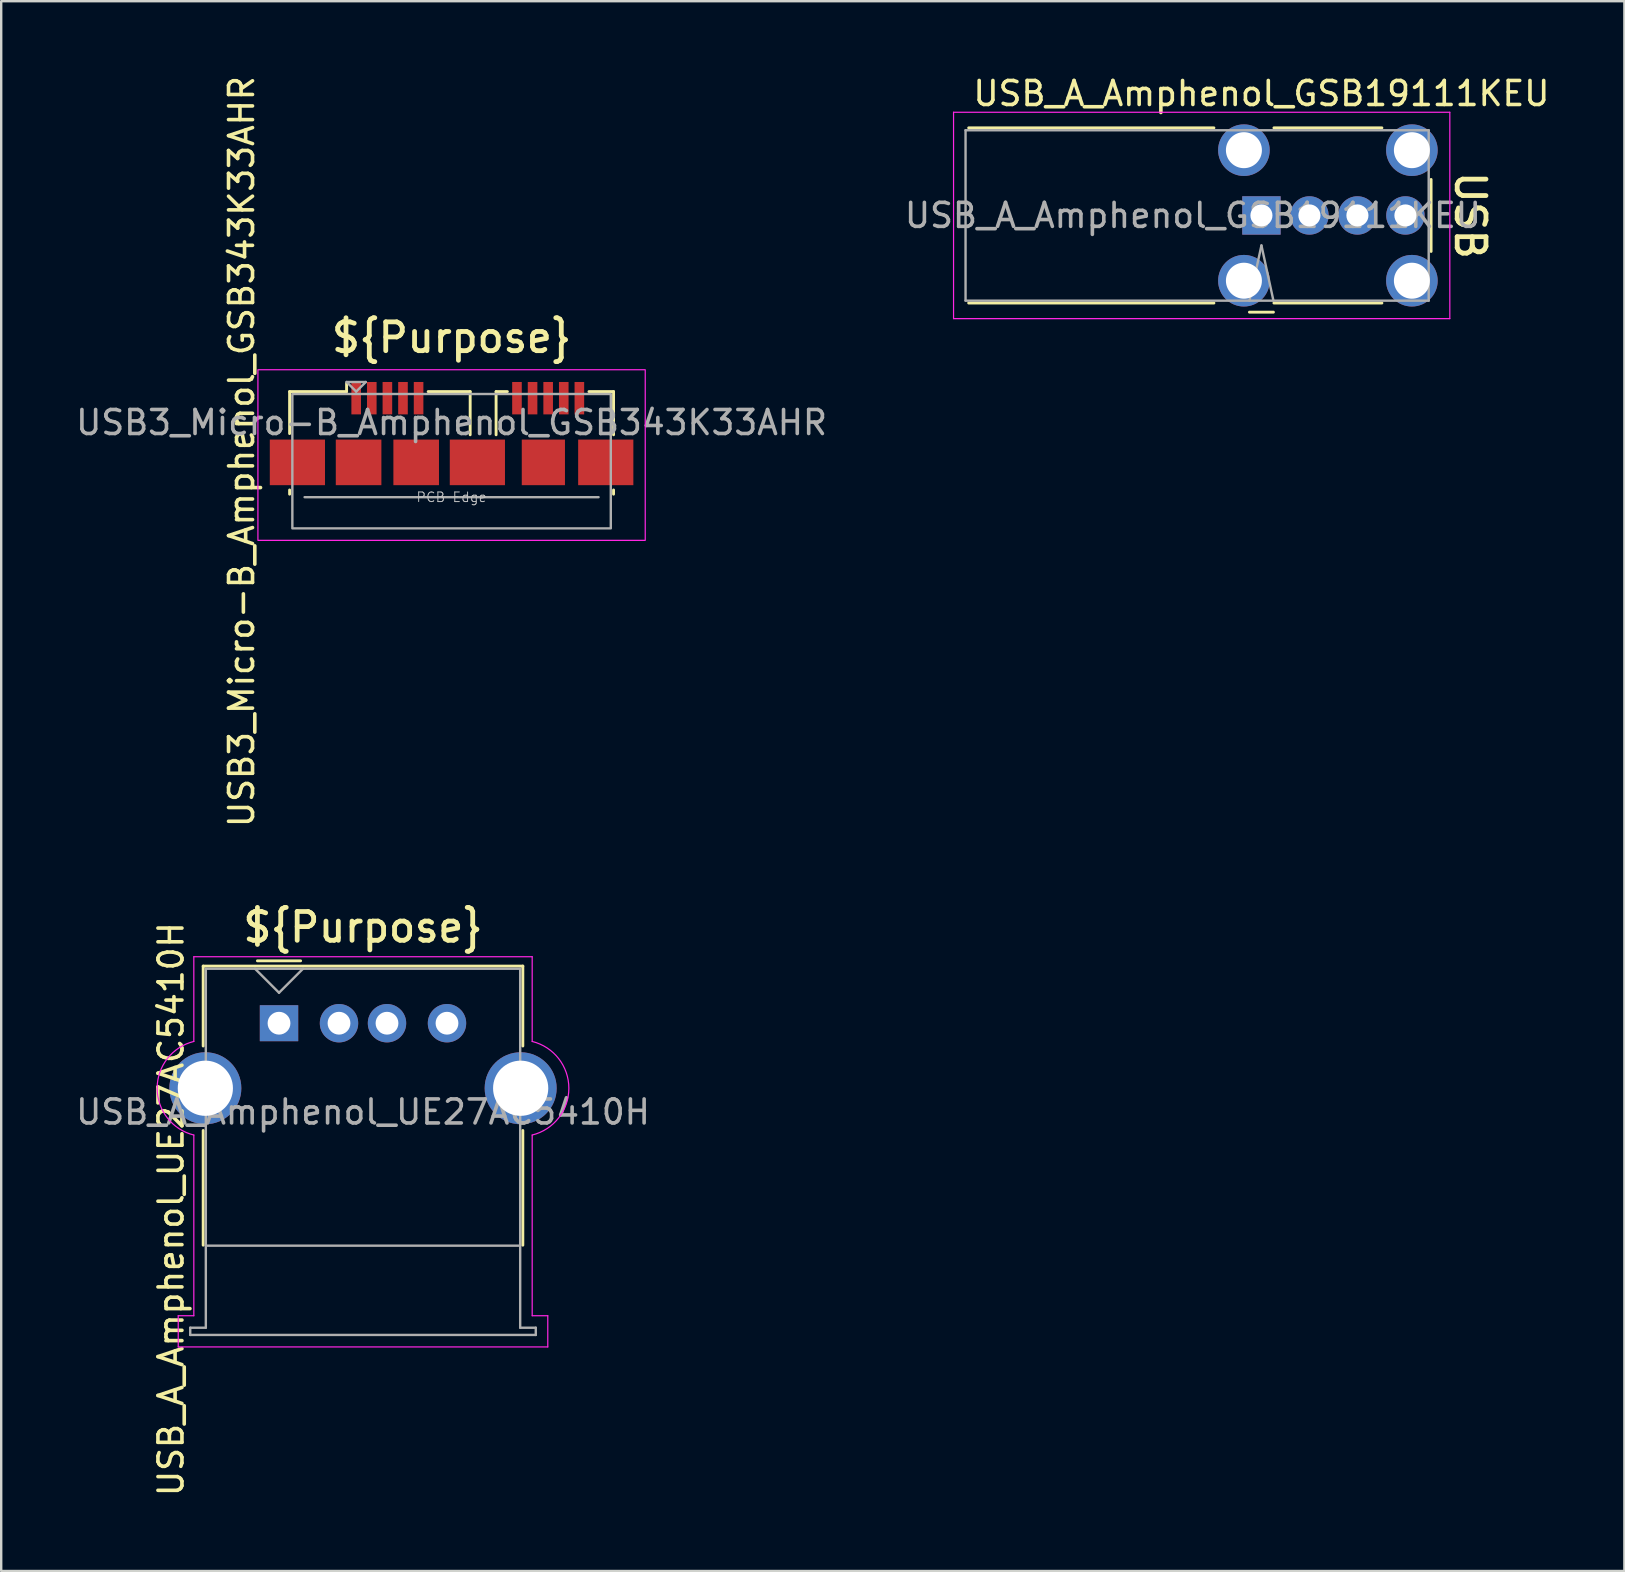
<source format=kicad_pcb>
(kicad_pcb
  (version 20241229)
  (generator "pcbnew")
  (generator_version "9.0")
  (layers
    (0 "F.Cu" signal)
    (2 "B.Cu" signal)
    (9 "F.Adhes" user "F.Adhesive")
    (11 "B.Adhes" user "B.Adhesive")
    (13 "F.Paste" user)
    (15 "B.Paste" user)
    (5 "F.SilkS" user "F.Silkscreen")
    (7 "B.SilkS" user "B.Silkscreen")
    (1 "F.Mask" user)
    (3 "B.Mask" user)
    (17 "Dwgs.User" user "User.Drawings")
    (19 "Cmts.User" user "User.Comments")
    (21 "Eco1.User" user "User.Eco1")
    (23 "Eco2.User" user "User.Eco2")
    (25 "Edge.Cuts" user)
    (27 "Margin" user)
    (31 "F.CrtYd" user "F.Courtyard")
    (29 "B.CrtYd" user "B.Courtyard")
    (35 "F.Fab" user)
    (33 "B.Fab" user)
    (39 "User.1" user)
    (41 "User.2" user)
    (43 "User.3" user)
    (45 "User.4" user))
  (footprint "USB_A_Amphenol_GSB19111KEU"
    (layer "F.Cu")
    (at 49.516 5.928)
    (property "Reference" "USB_A_Amphenol_GSB19111KEU" (at 0 -5.08 0) (layer "F.SilkS") (effects (font (size 1 1) (thickness 0.15))))
    (property "${Purpose}" "USB" (at 8 0 270) (unlocked yes) (layer "F.SilkS") (effects (font (size 1.2 1.2) (thickness 0.2)) (justify bottom)))
    (attr through_hole)
    (fp_line (start -12.2 -3.65) (end -1.98 -3.65) (stroke (width 0.12) (type solid)) (layer "F.SilkS"))
    (fp_line (start -12.2 3.65) (end -1.98 3.65) (stroke (width 0.12) (type solid)) (layer "F.SilkS"))
    (fp_line (start -0.5 4.03) (end 0.5 4.03) (stroke (width 0.12) (type solid)) (layer "F.SilkS"))
    (fp_line (start 0.52 -3.65) (end 5.02 -3.65) (stroke (width 0.12) (type solid)) (layer "F.SilkS"))
    (fp_line (start 0.52 3.65) (end 5.02 3.65) (stroke (width 0.12) (type solid)) (layer "F.SilkS"))
    (fp_line (start 7.07 -1.5) (end 7.07 1.5) (stroke (width 0.12) (type solid)) (layer "F.SilkS"))
    (fp_line (start -12.83 -4.3) (end 7.85 -4.3) (stroke (width 0.05) (type solid)) (layer "F.CrtYd"))
    (fp_line (start -12.83 4.3) (end -12.83 -4.3) (stroke (width 0.05) (type solid)) (layer "F.CrtYd"))
    (fp_line (start 7.85 -4.3) (end 7.85 4.3) (stroke (width 0.05) (type solid)) (layer "F.CrtYd"))
    (fp_line (start 7.85 4.3) (end -12.83 4.3) (stroke (width 0.05) (type solid)) (layer "F.CrtYd"))
    (fp_line (start -12.33 -3.55) (end 6.97 -3.55) (stroke (width 0.1) (type solid)) (layer "F.Fab"))
    (fp_line (start -12.33 3.55) (end -12.33 -3.55) (stroke (width 0.1) (type solid)) (layer "F.Fab"))
    (fp_line (start -0.5 3.55) (end 0 1.25) (stroke (width 0.1) (type solid)) (layer "F.Fab"))
    (fp_line (start 0 1.25) (end 0.5 3.55) (stroke (width 0.1) (type solid)) (layer "F.Fab"))
    (fp_line (start 6.97 -3.55) (end 6.97 3.55) (stroke (width 0.1) (type solid)) (layer "F.Fab"))
    (fp_line (start 6.97 3.55) (end -12.33 3.55) (stroke (width 0.1) (type solid)) (layer "F.Fab"))
    (fp_text user "${REFERENCE}" (at -2.855 0 0) (layer "F.Fab") (effects (font (size 1 1) (thickness 0.15))))
    (pad "1" thru_hole rect (at 0 0) (size 1.6 1.6) (drill 0.92) (layers "*.Cu" "*.Mask"))
    (pad "2" thru_hole circle (at 2 0) (size 1.6 1.6) (drill 0.92) (layers "*.Cu" "*.Mask"))
    (pad "3" thru_hole circle (at 4 0) (size 1.6 1.6) (drill 0.92) (layers "*.Cu" "*.Mask"))
    (pad "4" thru_hole circle (at 6 0) (size 1.6 1.6) (drill 0.92) (layers "*.Cu" "*.Mask"))
    (pad "5" thru_hole circle (at -0.73 -2.72) (size 2.15 2.15) (drill 1.5) (layers "*.Cu" "*.Mask"))
    (pad "5" thru_hole circle (at -0.73 2.72) (size 2.15 2.15) (drill 1.5) (layers "*.Cu" "*.Mask"))
    (pad "5" thru_hole circle (at 6.27 -2.72) (size 2.15 2.15) (drill 1.5) (layers "*.Cu" "*.Mask"))
    (pad "5" thru_hole circle (at 6.27 2.72) (size 2.15 2.15) (drill 1.5) (layers "*.Cu" "*.Mask")))
  (footprint "USB_A_Amphenol_UE27AC5410H"
    (layer "F.Cu")
    (at 12.077 42.299)
    (property "Reference" "USB_A_Amphenol_UE27AC5410H" (at -8 5.04 90) (layer "F.SilkS") (effects (font (size 1 1) (thickness 0.15))))
    (attr through_hole)
    (fp_line (start -6.66 -5.09) (end -6.66 -1.76) (stroke (width 0.12) (type solid)) (layer "F.SilkS"))
    (fp_line (start -6.66 -5.09) (end 6.66 -5.09) (stroke (width 0.12) (type solid)) (layer "F.SilkS"))
    (fp_line (start -6.66 6.54) (end -6.66 1.76) (stroke (width 0.12) (type solid)) (layer "F.SilkS"))
    (fp_line (start -4.4 -5.31) (end -2.6 -5.31) (stroke (width 0.12) (type solid)) (layer "F.SilkS"))
    (fp_line (start 6.66 -5.09) (end 6.66 -1.76) (stroke (width 0.12) (type solid)) (layer "F.SilkS"))
    (fp_line (start 6.66 1.76) (end 6.66 6.54) (stroke (width 0.12) (type solid)) (layer "F.SilkS"))
    (fp_line (start -7.7 9.48) (end -7.05 9.48) (stroke (width 0.05) (type solid)) (layer "F.CrtYd"))
    (fp_line (start -7.7 10.78) (end -7.7 9.48) (stroke (width 0.05) (type solid)) (layer "F.CrtYd"))
    (fp_line (start -7.7 10.78) (end 7.7 10.78) (stroke (width 0.05) (type solid)) (layer "F.CrtYd"))
    (fp_line (start -7.05 -5.48) (end -7.05 -1.95) (stroke (width 0.05) (type solid)) (layer "F.CrtYd"))
    (fp_line (start -7.05 -5.48) (end 7.05 -5.48) (stroke (width 0.05) (type solid)) (layer "F.CrtYd"))
    (fp_line (start -7.05 9.48) (end -7.05 1.95) (stroke (width 0.05) (type solid)) (layer "F.CrtYd"))
    (fp_line (start 7.05 -5.48) (end 7.05 -1.95) (stroke (width 0.05) (type solid)) (layer "F.CrtYd"))
    (fp_line (start 7.05 9.48) (end 7.05 1.95) (stroke (width 0.05) (type solid)) (layer "F.CrtYd"))
    (fp_line (start 7.7 9.48) (end 7.05 9.48) (stroke (width 0.05) (type solid)) (layer "F.CrtYd"))
    (fp_line (start 7.7 10.78) (end 7.7 9.48) (stroke (width 0.05) (type solid)) (layer "F.CrtYd"))
    (fp_arc (start -7.05 1.95) (mid -8.578208 0) (end -7.05 -1.95) (stroke (width 0.05) (type solid)) (layer "F.CrtYd"))
    (fp_arc (start 7.05 -1.95) (mid 8.578208 0) (end 7.05 1.95) (stroke (width 0.05) (type solid)) (layer "F.CrtYd"))
    (fp_line (start -7.2 9.98) (end -7.2 10.28) (stroke (width 0.1) (type solid)) (layer "F.Fab"))
    (fp_line (start -7.2 10.28) (end 7.2 10.28) (stroke (width 0.1) (type solid)) (layer "F.Fab"))
    (fp_line (start -6.55 -4.98) (end 6.55 -4.98) (stroke (width 0.1) (type solid)) (layer "F.Fab"))
    (fp_line (start -6.55 6.56) (end 6.55 6.56) (stroke (width 0.1) (type solid)) (layer "F.Fab"))
    (fp_line (start -6.55 9.98) (end -7.2 9.98) (stroke (width 0.1) (type solid)) (layer "F.Fab"))
    (fp_line (start -6.55 9.98) (end -6.55 -4.98) (stroke (width 0.1) (type solid)) (layer "F.Fab"))
    (fp_line (start -4.5 -4.98) (end -3.5 -3.98) (stroke (width 0.1) (type solid)) (layer "F.Fab"))
    (fp_line (start -3.5 -3.98) (end -2.5 -4.98) (stroke (width 0.1) (type solid)) (layer "F.Fab"))
    (fp_line (start 6.55 -4.98) (end 6.55 9.98) (stroke (width 0.1) (type solid)) (layer "F.Fab"))
    (fp_line (start 7.2 9.98) (end 6.55 9.98) (stroke (width 0.1) (type solid)) (layer "F.Fab"))
    (fp_line (start 7.2 10.28) (end 7.2 9.98) (stroke (width 0.1) (type solid)) (layer "F.Fab"))
    (fp_text user "${Purpose}" (at 0 -6.71 0) (layer "F.SilkS") (effects (font (size 1.2 1.2) (thickness 0.2) (bold yes))))
    (fp_text user "${REFERENCE}" (at 0 0.99 0) (layer "F.Fab") (effects (font (size 1 1) (thickness 0.15))))
    (pad "1" thru_hole rect (at -3.5 -2.71) (size 1.6 1.5) (drill 0.95) (layers "*.Cu" "*.Mask"))
    (pad "2" thru_hole circle (at -1 -2.71) (size 1.6 1.6) (drill 0.95) (layers "*.Cu" "*.Mask"))
    (pad "3" thru_hole circle (at 1 -2.71) (size 1.6 1.6) (drill 0.95) (layers "*.Cu" "*.Mask"))
    (pad "4" thru_hole circle (at 3.5 -2.71) (size 1.6 1.6) (drill 0.95) (layers "*.Cu" "*.Mask"))
    (pad "5" thru_hole circle (at -6.57 0) (size 3 3) (drill 2.3) (layers "*.Cu" "*.Mask"))
    (pad "5" thru_hole circle (at 6.57 0) (size 3 3) (drill 2.3) (layers "*.Cu" "*.Mask")))
  (footprint "USB3_Micro-B_Amphenol_GSB343K33AHR"
    (layer "F.Cu")
    (at 15.768 15.018)
    (property "Reference" "USB3_Micro-B_Amphenol_GSB343K33AHR" (at -8.75 0.75 90) (unlocked yes) (layer "F.SilkS") (effects (font (size 1 1) (thickness 0.15))))
    (attr smd)
    (fp_line (start -6.75 -1.75) (end -6.75 0) (stroke (width 0.12) (type solid)) (layer "F.SilkS"))
    (fp_line (start -6.75 2.35) (end -6.75 2.525) (stroke (width 0.12) (type solid)) (layer "F.SilkS"))
    (fp_line (start -4.375 -2.1) (end -4.375 -1.75) (stroke (width 0.12) (type solid)) (layer "F.SilkS"))
    (fp_line (start -4.375 -1.75) (end -6.75 -1.75) (stroke (width 0.12) (type solid)) (layer "F.SilkS"))
    (fp_line (start 0.775 -1.75) (end -0.975 -1.75) (stroke (width 0.12) (type solid)) (layer "F.SilkS"))
    (fp_line (start 0.775 -1.75) (end 0.775 0.05) (stroke (width 0.12) (type solid)) (layer "F.SilkS"))
    (fp_line (start 1.855 -1.75) (end 1.855 0.05) (stroke (width 0.12) (type solid)) (layer "F.SilkS"))
    (fp_line (start 2.325 -1.75) (end 1.855 -1.75) (stroke (width 0.12) (type solid)) (layer "F.SilkS"))
    (fp_line (start 5.725 -1.75) (end 6.75 -1.75) (stroke (width 0.12) (type solid)) (layer "F.SilkS"))
    (fp_line (start 6.75 -1.75) (end 6.75 0.05) (stroke (width 0.12) (type solid)) (layer "F.SilkS"))
    (fp_line (start 6.75 2.35) (end 6.75 2.525) (stroke (width 0.12) (type solid)) (layer "F.SilkS"))
    (fp_rect (start -8.07 -2.66) (end 8.07 4.45) (stroke (width 0.05) (type solid)) (fill no) (layer "F.CrtYd"))
    (fp_line (start -6.125 2.65) (end 6.125 2.65) (stroke (width 0.1) (type solid)) (layer "F.Fab"))
    (fp_line (start -4.375 -2.15) (end -3.975 -1.75) (stroke (width 0.1) (type solid)) (layer "F.Fab"))
    (fp_line (start -3.975 -1.75) (end -3.575 -2.15) (stroke (width 0.1) (type solid)) (layer "F.Fab"))
    (fp_line (start -3.575 -2.15) (end -4.375 -2.15) (stroke (width 0.1) (type solid)) (layer "F.Fab"))
    (fp_rect (start -6.635 -1.65) (end 6.635 3.95) (stroke (width 0.1) (type solid)) (fill no) (layer "F.Fab"))
    (fp_text user "${Purpose}" (at 0 -4 0) (layer "F.SilkS") (effects (font (size 1.2 1.2) (thickness 0.2))))
    (fp_text user "PCB Edge" (at 0 2.65 0) (unlocked yes) (layer "Dwgs.User") (effects (font (size 0.4 0.4) (thickness 0.04))))
    (fp_text user "${REFERENCE}" (at 0 -0.459 0) (unlocked yes) (layer "F.Fab") (effects (font (size 1 1) (thickness 0.15))))
    (pad "1" smd rect (at -3.975 -1.475) (size 0.4 1.35) (layers "F.Cu" "F.Mask" "F.Paste"))
    (pad "2" smd rect (at -3.325 -1.475) (size 0.4 1.35) (layers "F.Cu" "F.Mask" "F.Paste"))
    (pad "3" smd rect (at -2.675 -1.475) (size 0.4 1.35) (layers "F.Cu" "F.Mask" "F.Paste"))
    (pad "4" smd rect (at -2.025 -1.475) (size 0.4 1.35) (layers "F.Cu" "F.Mask" "F.Paste"))
    (pad "5" smd rect (at -1.375 -1.475) (size 0.4 1.35) (layers "F.Cu" "F.Mask" "F.Paste"))
    (pad "6" smd rect (at 2.725 -1.475) (size 0.4 1.35) (layers "F.Cu" "F.Mask" "F.Paste"))
    (pad "7" smd rect (at 3.375 -1.475) (size 0.4 1.35) (layers "F.Cu" "F.Mask" "F.Paste"))
    (pad "8" smd rect (at 4.025 -1.475) (size 0.4 1.35) (layers "F.Cu" "F.Mask" "F.Paste"))
    (pad "9" smd rect (at 4.675 -1.475) (size 0.4 1.35) (layers "F.Cu" "F.Mask" "F.Paste"))
    (pad "10" smd rect (at 5.325 -1.475) (size 0.4 1.35) (layers "F.Cu" "F.Mask" "F.Paste"))
    (pad "11" smd rect (at -6.425 1.2) (size 2.3 1.9) (layers "F.Cu" "F.Mask" "F.Paste"))
    (pad "11" smd rect (at -3.875 1.2) (size 1.9 1.9) (layers "F.Cu" "F.Mask" "F.Paste"))
    (pad "11" smd rect (at -1.475 1.2) (size 1.9 1.9) (layers "F.Cu" "F.Mask" "F.Paste"))
    (pad "11" smd rect (at 1.075 1.2) (size 2.3 1.9) (layers "F.Cu" "F.Mask" "F.Paste"))
    (pad "11" smd rect (at 3.825 1.2) (size 1.8 1.9) (layers "F.Cu" "F.Mask" "F.Paste"))
    (pad "11" smd rect (at 6.425 1.2) (size 2.3 1.9) (layers "F.Cu" "F.Mask" "F.Paste")))
  (gr_rect
    (start -3 -3)
    (end 64.641 62.416)
    (stroke (width 0.1) (type default))
    (fill no)
    (layer "Edge.Cuts")))
</source>
